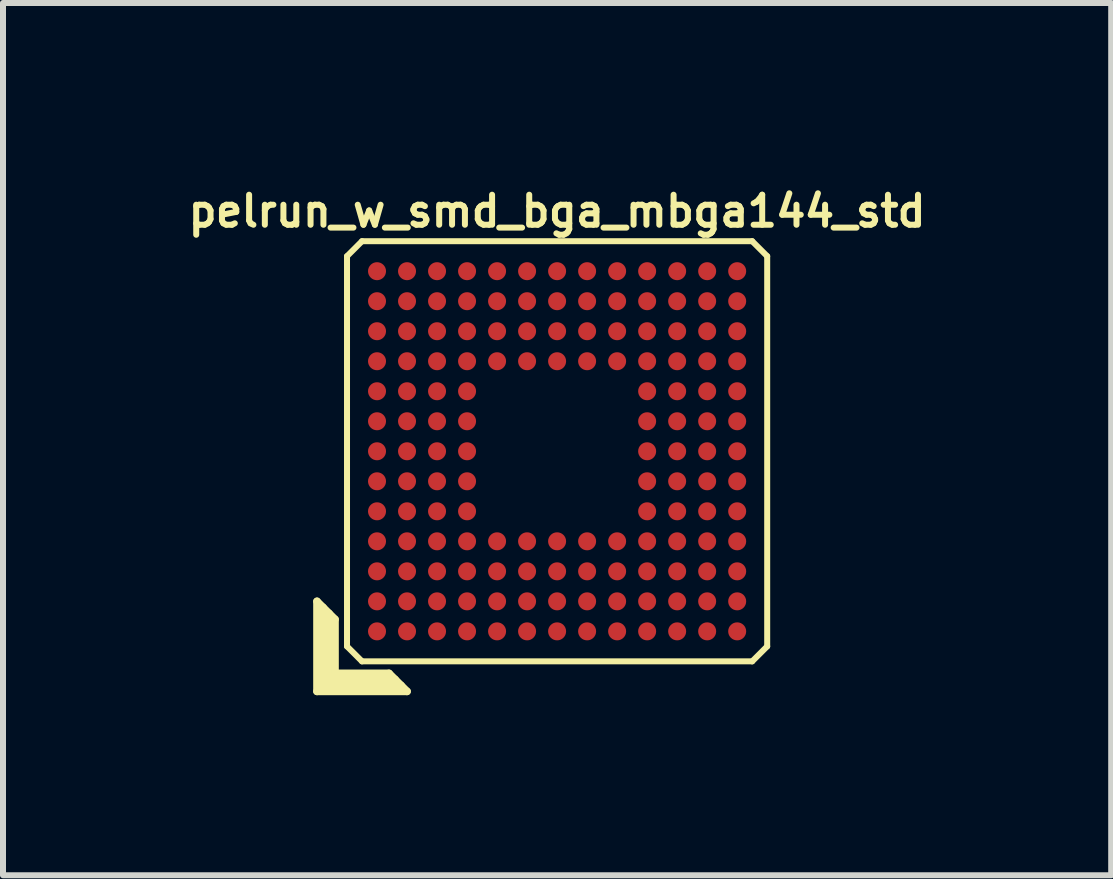
<source format=kicad_pcb>
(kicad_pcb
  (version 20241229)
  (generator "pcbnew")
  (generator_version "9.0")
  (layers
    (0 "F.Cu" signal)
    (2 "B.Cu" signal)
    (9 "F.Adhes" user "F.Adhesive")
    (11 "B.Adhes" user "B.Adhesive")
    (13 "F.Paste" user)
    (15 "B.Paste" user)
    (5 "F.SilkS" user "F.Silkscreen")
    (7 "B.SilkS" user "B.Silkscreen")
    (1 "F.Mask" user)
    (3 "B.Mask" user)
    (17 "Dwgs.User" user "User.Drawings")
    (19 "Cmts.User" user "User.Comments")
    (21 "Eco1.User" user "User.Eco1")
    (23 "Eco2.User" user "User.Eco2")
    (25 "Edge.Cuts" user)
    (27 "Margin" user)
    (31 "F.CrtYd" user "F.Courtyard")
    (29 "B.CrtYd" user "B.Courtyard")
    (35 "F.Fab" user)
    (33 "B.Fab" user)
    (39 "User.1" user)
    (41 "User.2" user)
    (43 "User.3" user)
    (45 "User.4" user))
  (footprint "pelrun_w_smd_bga_mbga144_std"
    (layer "F.Cu")
    (at 6.231 4.468)
    (property "Reference" "pelrun_w_smd_bga_mbga144_std" (at 0 -4 0) (layer "F.SilkS") (effects (font (size 0.5 0.5) (thickness 0.1))))
    (attr through_hole)
    (fp_line (start -4 2.5) (end -3.7 2.8) (stroke (width 0.127) (type solid)) (layer "F.SilkS"))
    (fp_line (start -4 4) (end -4 2.5) (stroke (width 0.127) (type solid)) (layer "F.SilkS"))
    (fp_line (start -3.9 2.6) (end -3.9 3.9) (stroke (width 0.127) (type solid)) (layer "F.SilkS"))
    (fp_line (start -3.9 3.9) (end -2.6 3.9) (stroke (width 0.127) (type solid)) (layer "F.SilkS"))
    (fp_line (start -3.8 3.8) (end -3.8 2.7) (stroke (width 0.127) (type solid)) (layer "F.SilkS"))
    (fp_line (start -3.7 2.8) (end -3.7 3.7) (stroke (width 0.127) (type solid)) (layer "F.SilkS"))
    (fp_line (start -3.7 3.7) (end -2.8 3.7) (stroke (width 0.127) (type solid)) (layer "F.SilkS"))
    (fp_line (start -3.5 -3.25) (end -3.5 3.25) (stroke (width 0.1) (type solid)) (layer "F.SilkS"))
    (fp_line (start -3.5 -3.25) (end -3.25 -3.5) (stroke (width 0.1) (type solid)) (layer "F.SilkS"))
    (fp_line (start -3.25 3.5) (end -3.5 3.25) (stroke (width 0.1) (type solid)) (layer "F.SilkS"))
    (fp_line (start -3.25 3.5) (end 3.25 3.5) (stroke (width 0.1) (type solid)) (layer "F.SilkS"))
    (fp_line (start -2.8 3.7) (end -2.5 4) (stroke (width 0.127) (type solid)) (layer "F.SilkS"))
    (fp_line (start -2.7 3.8) (end -3.8 3.8) (stroke (width 0.127) (type solid)) (layer "F.SilkS"))
    (fp_line (start -2.5 4) (end -4 4) (stroke (width 0.127) (type solid)) (layer "F.SilkS"))
    (fp_line (start 3.25 -3.5) (end -3.25 -3.5) (stroke (width 0.1) (type solid)) (layer "F.SilkS"))
    (fp_line (start 3.25 -3.5) (end 3.5 -3.25) (stroke (width 0.1) (type solid)) (layer "F.SilkS"))
    (fp_line (start 3.5 3.25) (end 3.25 3.5) (stroke (width 0.1) (type solid)) (layer "F.SilkS"))
    (fp_line (start 3.5 3.25) (end 3.5 -3.25) (stroke (width 0.1) (type solid)) (layer "F.SilkS"))
    (pad "A1" smd circle (at -3 3) (size 0.3 0.3) (layers "F.Cu" "F.Mask" "F.Paste"))
    (pad "A2" smd circle (at -3 2.5) (size 0.3 0.3) (layers "F.Cu" "F.Mask" "F.Paste"))
    (pad "A3" smd circle (at -3 2) (size 0.3 0.3) (layers "F.Cu" "F.Mask" "F.Paste"))
    (pad "A4" smd circle (at -3 1.5) (size 0.3 0.3) (layers "F.Cu" "F.Mask" "F.Paste"))
    (pad "A5" smd circle (at -3 1) (size 0.3 0.3) (layers "F.Cu" "F.Mask" "F.Paste"))
    (pad "A6" smd circle (at -3 0.5) (size 0.3 0.3) (layers "F.Cu" "F.Mask" "F.Paste"))
    (pad "A7" smd circle (at -3 0) (size 0.3 0.3) (layers "F.Cu" "F.Mask" "F.Paste"))
    (pad "A8" smd circle (at -3 -0.5) (size 0.3 0.3) (layers "F.Cu" "F.Mask" "F.Paste"))
    (pad "A9" smd circle (at -3 -1) (size 0.3 0.3) (layers "F.Cu" "F.Mask" "F.Paste"))
    (pad "A10" smd circle (at -3 -1.5) (size 0.3 0.3) (layers "F.Cu" "F.Mask" "F.Paste"))
    (pad "A11" smd circle (at -3 -2) (size 0.3 0.3) (layers "F.Cu" "F.Mask" "F.Paste"))
    (pad "A12" smd circle (at -3 -2.5) (size 0.3 0.3) (layers "F.Cu" "F.Mask" "F.Paste"))
    (pad "A13" smd circle (at -3 -3) (size 0.3 0.3) (layers "F.Cu" "F.Mask" "F.Paste"))
    (pad "B1" smd circle (at -2.5 3) (size 0.3 0.3) (layers "F.Cu" "F.Mask" "F.Paste"))
    (pad "B2" smd circle (at -2.5 2.5) (size 0.3 0.3) (layers "F.Cu" "F.Mask" "F.Paste"))
    (pad "B3" smd circle (at -2.5 2) (size 0.3 0.3) (layers "F.Cu" "F.Mask" "F.Paste"))
    (pad "B4" smd circle (at -2.5 1.5) (size 0.3 0.3) (layers "F.Cu" "F.Mask" "F.Paste"))
    (pad "B5" smd circle (at -2.5 1) (size 0.3 0.3) (layers "F.Cu" "F.Mask" "F.Paste"))
    (pad "B6" smd circle (at -2.5 0.5) (size 0.3 0.3) (layers "F.Cu" "F.Mask" "F.Paste"))
    (pad "B7" smd circle (at -2.5 0) (size 0.3 0.3) (layers "F.Cu" "F.Mask" "F.Paste"))
    (pad "B8" smd circle (at -2.5 -0.5) (size 0.3 0.3) (layers "F.Cu" "F.Mask" "F.Paste"))
    (pad "B9" smd circle (at -2.5 -1) (size 0.3 0.3) (layers "F.Cu" "F.Mask" "F.Paste"))
    (pad "B10" smd circle (at -2.5 -1.5) (size 0.3 0.3) (layers "F.Cu" "F.Mask" "F.Paste"))
    (pad "B11" smd circle (at -2.5 -2) (size 0.3 0.3) (layers "F.Cu" "F.Mask" "F.Paste"))
    (pad "B12" smd circle (at -2.5 -2.5) (size 0.3 0.3) (layers "F.Cu" "F.Mask" "F.Paste"))
    (pad "B13" smd circle (at -2.5 -3) (size 0.3 0.3) (layers "F.Cu" "F.Mask" "F.Paste"))
    (pad "C1" smd circle (at -2 3) (size 0.3 0.3) (layers "F.Cu" "F.Mask" "F.Paste"))
    (pad "C2" smd circle (at -2 2.5) (size 0.3 0.3) (layers "F.Cu" "F.Mask" "F.Paste"))
    (pad "C3" smd circle (at -2 2) (size 0.3 0.3) (layers "F.Cu" "F.Mask" "F.Paste"))
    (pad "C4" smd circle (at -2 1.5) (size 0.3 0.3) (layers "F.Cu" "F.Mask" "F.Paste"))
    (pad "C5" smd circle (at -2 1) (size 0.3 0.3) (layers "F.Cu" "F.Mask" "F.Paste"))
    (pad "C6" smd circle (at -2 0.5) (size 0.3 0.3) (layers "F.Cu" "F.Mask" "F.Paste"))
    (pad "C7" smd circle (at -2 0) (size 0.3 0.3) (layers "F.Cu" "F.Mask" "F.Paste"))
    (pad "C8" smd circle (at -2 -0.5) (size 0.3 0.3) (layers "F.Cu" "F.Mask" "F.Paste"))
    (pad "C9" smd circle (at -2 -1) (size 0.3 0.3) (layers "F.Cu" "F.Mask" "F.Paste"))
    (pad "C10" smd circle (at -2 -1.5) (size 0.3 0.3) (layers "F.Cu" "F.Mask" "F.Paste"))
    (pad "C11" smd circle (at -2 -2) (size 0.3 0.3) (layers "F.Cu" "F.Mask" "F.Paste"))
    (pad "C12" smd circle (at -2 -2.5) (size 0.3 0.3) (layers "F.Cu" "F.Mask" "F.Paste"))
    (pad "C13" smd circle (at -2 -3) (size 0.3 0.3) (layers "F.Cu" "F.Mask" "F.Paste"))
    (pad "D1" smd circle (at -1.5 3) (size 0.3 0.3) (layers "F.Cu" "F.Mask" "F.Paste"))
    (pad "D2" smd circle (at -1.5 2.5) (size 0.3 0.3) (layers "F.Cu" "F.Mask" "F.Paste"))
    (pad "D3" smd circle (at -1.5 2) (size 0.3 0.3) (layers "F.Cu" "F.Mask" "F.Paste"))
    (pad "D4" smd circle (at -1.5 1.5) (size 0.3 0.3) (layers "F.Cu" "F.Mask" "F.Paste"))
    (pad "D5" smd circle (at -1.5 1) (size 0.3 0.3) (layers "F.Cu" "F.Mask" "F.Paste"))
    (pad "D6" smd circle (at -1.5 0.5) (size 0.3 0.3) (layers "F.Cu" "F.Mask" "F.Paste"))
    (pad "D7" smd circle (at -1.5 0) (size 0.3 0.3) (layers "F.Cu" "F.Mask" "F.Paste"))
    (pad "D8" smd circle (at -1.5 -0.5) (size 0.3 0.3) (layers "F.Cu" "F.Mask" "F.Paste"))
    (pad "D9" smd circle (at -1.5 -1) (size 0.3 0.3) (layers "F.Cu" "F.Mask" "F.Paste"))
    (pad "D10" smd circle (at -1.5 -1.5) (size 0.3 0.3) (layers "F.Cu" "F.Mask" "F.Paste"))
    (pad "D11" smd circle (at -1.5 -2) (size 0.3 0.3) (layers "F.Cu" "F.Mask" "F.Paste"))
    (pad "D12" smd circle (at -1.5 -2.5) (size 0.3 0.3) (layers "F.Cu" "F.Mask" "F.Paste"))
    (pad "D13" smd circle (at -1.5 -3) (size 0.3 0.3) (layers "F.Cu" "F.Mask" "F.Paste"))
    (pad "E1" smd circle (at -1 3) (size 0.3 0.3) (layers "F.Cu" "F.Mask" "F.Paste"))
    (pad "E2" smd circle (at -1 2.5) (size 0.3 0.3) (layers "F.Cu" "F.Mask" "F.Paste"))
    (pad "E3" smd circle (at -1 2) (size 0.3 0.3) (layers "F.Cu" "F.Mask" "F.Paste"))
    (pad "E4" smd circle (at -1 1.5) (size 0.3 0.3) (layers "F.Cu" "F.Mask" "F.Paste"))
    (pad "E10" smd circle (at -1 -1.5) (size 0.3 0.3) (layers "F.Cu" "F.Mask" "F.Paste"))
    (pad "E11" smd circle (at -1 -2) (size 0.3 0.3) (layers "F.Cu" "F.Mask" "F.Paste"))
    (pad "E12" smd circle (at -1 -2.5) (size 0.3 0.3) (layers "F.Cu" "F.Mask" "F.Paste"))
    (pad "E13" smd circle (at -1 -3) (size 0.3 0.3) (layers "F.Cu" "F.Mask" "F.Paste"))
    (pad "F1" smd circle (at -0.5 3) (size 0.3 0.3) (layers "F.Cu" "F.Mask" "F.Paste"))
    (pad "F2" smd circle (at -0.5 2.5) (size 0.3 0.3) (layers "F.Cu" "F.Mask" "F.Paste"))
    (pad "F3" smd circle (at -0.5 2) (size 0.3 0.3) (layers "F.Cu" "F.Mask" "F.Paste"))
    (pad "F4" smd circle (at -0.5 1.5) (size 0.3 0.3) (layers "F.Cu" "F.Mask" "F.Paste"))
    (pad "F10" smd circle (at -0.5 -1.5) (size 0.3 0.3) (layers "F.Cu" "F.Mask" "F.Paste"))
    (pad "F11" smd circle (at -0.5 -2) (size 0.3 0.3) (layers "F.Cu" "F.Mask" "F.Paste"))
    (pad "F12" smd circle (at -0.5 -2.5) (size 0.3 0.3) (layers "F.Cu" "F.Mask" "F.Paste"))
    (pad "F13" smd circle (at -0.5 -3) (size 0.3 0.3) (layers "F.Cu" "F.Mask" "F.Paste"))
    (pad "G1" smd circle (at 0 3) (size 0.3 0.3) (layers "F.Cu" "F.Mask" "F.Paste"))
    (pad "G2" smd circle (at 0 2.5) (size 0.3 0.3) (layers "F.Cu" "F.Mask" "F.Paste"))
    (pad "G3" smd circle (at 0 2) (size 0.3 0.3) (layers "F.Cu" "F.Mask" "F.Paste"))
    (pad "G4" smd circle (at 0 1.5) (size 0.3 0.3) (layers "F.Cu" "F.Mask" "F.Paste"))
    (pad "G10" smd circle (at 0 -1.5) (size 0.3 0.3) (layers "F.Cu" "F.Mask" "F.Paste"))
    (pad "G11" smd circle (at 0 -2) (size 0.3 0.3) (layers "F.Cu" "F.Mask" "F.Paste"))
    (pad "G12" smd circle (at 0 -2.5) (size 0.3 0.3) (layers "F.Cu" "F.Mask" "F.Paste"))
    (pad "G13" smd circle (at 0 -3) (size 0.3 0.3) (layers "F.Cu" "F.Mask" "F.Paste"))
    (pad "H1" smd circle (at 0.5 3) (size 0.3 0.3) (layers "F.Cu" "F.Mask" "F.Paste"))
    (pad "H2" smd circle (at 0.5 2.5) (size 0.3 0.3) (layers "F.Cu" "F.Mask" "F.Paste"))
    (pad "H3" smd circle (at 0.5 2) (size 0.3 0.3) (layers "F.Cu" "F.Mask" "F.Paste"))
    (pad "H4" smd circle (at 0.5 1.5) (size 0.3 0.3) (layers "F.Cu" "F.Mask" "F.Paste"))
    (pad "H10" smd circle (at 0.5 -1.5) (size 0.3 0.3) (layers "F.Cu" "F.Mask" "F.Paste"))
    (pad "H11" smd circle (at 0.5 -2) (size 0.3 0.3) (layers "F.Cu" "F.Mask" "F.Paste"))
    (pad "H12" smd circle (at 0.5 -2.5) (size 0.3 0.3) (layers "F.Cu" "F.Mask" "F.Paste"))
    (pad "H13" smd circle (at 0.5 -3) (size 0.3 0.3) (layers "F.Cu" "F.Mask" "F.Paste"))
    (pad "J1" smd circle (at 1 3) (size 0.3 0.3) (layers "F.Cu" "F.Mask" "F.Paste"))
    (pad "J2" smd circle (at 1 2.5) (size 0.3 0.3) (layers "F.Cu" "F.Mask" "F.Paste"))
    (pad "J3" smd circle (at 1 2) (size 0.3 0.3) (layers "F.Cu" "F.Mask" "F.Paste"))
    (pad "J4" smd circle (at 1 1.5) (size 0.3 0.3) (layers "F.Cu" "F.Mask" "F.Paste"))
    (pad "J10" smd circle (at 1 -1.5) (size 0.3 0.3) (layers "F.Cu" "F.Mask" "F.Paste"))
    (pad "J11" smd circle (at 1 -2) (size 0.3 0.3) (layers "F.Cu" "F.Mask" "F.Paste"))
    (pad "J12" smd circle (at 1 -2.5) (size 0.3 0.3) (layers "F.Cu" "F.Mask" "F.Paste"))
    (pad "J13" smd circle (at 1 -3) (size 0.3 0.3) (layers "F.Cu" "F.Mask" "F.Paste"))
    (pad "K1" smd circle (at 1.5 3) (size 0.3 0.3) (layers "F.Cu" "F.Mask" "F.Paste"))
    (pad "K2" smd circle (at 1.5 2.5) (size 0.3 0.3) (layers "F.Cu" "F.Mask" "F.Paste"))
    (pad "K3" smd circle (at 1.5 2) (size 0.3 0.3) (layers "F.Cu" "F.Mask" "F.Paste"))
    (pad "K4" smd circle (at 1.5 1.5) (size 0.3 0.3) (layers "F.Cu" "F.Mask" "F.Paste"))
    (pad "K5" smd circle (at 1.5 1) (size 0.3 0.3) (layers "F.Cu" "F.Mask" "F.Paste"))
    (pad "K6" smd circle (at 1.5 0.5) (size 0.3 0.3) (layers "F.Cu" "F.Mask" "F.Paste"))
    (pad "K7" smd circle (at 1.5 0) (size 0.3 0.3) (layers "F.Cu" "F.Mask" "F.Paste"))
    (pad "K8" smd circle (at 1.5 -0.5) (size 0.3 0.3) (layers "F.Cu" "F.Mask" "F.Paste"))
    (pad "K9" smd circle (at 1.5 -1) (size 0.3 0.3) (layers "F.Cu" "F.Mask" "F.Paste"))
    (pad "K10" smd circle (at 1.5 -1.5) (size 0.3 0.3) (layers "F.Cu" "F.Mask" "F.Paste"))
    (pad "K11" smd circle (at 1.5 -2) (size 0.3 0.3) (layers "F.Cu" "F.Mask" "F.Paste"))
    (pad "K12" smd circle (at 1.5 -2.5) (size 0.3 0.3) (layers "F.Cu" "F.Mask" "F.Paste"))
    (pad "K13" smd circle (at 1.5 -3) (size 0.3 0.3) (layers "F.Cu" "F.Mask" "F.Paste"))
    (pad "L1" smd circle (at 2 3) (size 0.3 0.3) (layers "F.Cu" "F.Mask" "F.Paste"))
    (pad "L2" smd circle (at 2 2.5) (size 0.3 0.3) (layers "F.Cu" "F.Mask" "F.Paste"))
    (pad "L3" smd circle (at 2 2) (size 0.3 0.3) (layers "F.Cu" "F.Mask" "F.Paste"))
    (pad "L4" smd circle (at 2 1.5) (size 0.3 0.3) (layers "F.Cu" "F.Mask" "F.Paste"))
    (pad "L5" smd circle (at 2 1) (size 0.3 0.3) (layers "F.Cu" "F.Mask" "F.Paste"))
    (pad "L6" smd circle (at 2 0.5) (size 0.3 0.3) (layers "F.Cu" "F.Mask" "F.Paste"))
    (pad "L7" smd circle (at 2 0) (size 0.3 0.3) (layers "F.Cu" "F.Mask" "F.Paste"))
    (pad "L8" smd circle (at 2 -0.5) (size 0.3 0.3) (layers "F.Cu" "F.Mask" "F.Paste"))
    (pad "L9" smd circle (at 2 -1) (size 0.3 0.3) (layers "F.Cu" "F.Mask" "F.Paste"))
    (pad "L10" smd circle (at 2 -1.5) (size 0.3 0.3) (layers "F.Cu" "F.Mask" "F.Paste"))
    (pad "L11" smd circle (at 2 -2) (size 0.3 0.3) (layers "F.Cu" "F.Mask" "F.Paste"))
    (pad "L12" smd circle (at 2 -2.5) (size 0.3 0.3) (layers "F.Cu" "F.Mask" "F.Paste"))
    (pad "L13" smd circle (at 2 -3) (size 0.3 0.3) (layers "F.Cu" "F.Mask" "F.Paste"))
    (pad "M1" smd circle (at 2.5 3) (size 0.3 0.3) (layers "F.Cu" "F.Mask" "F.Paste"))
    (pad "M2" smd circle (at 2.5 2.5) (size 0.3 0.3) (layers "F.Cu" "F.Mask" "F.Paste"))
    (pad "M3" smd circle (at 2.5 2) (size 0.3 0.3) (layers "F.Cu" "F.Mask" "F.Paste"))
    (pad "M4" smd circle (at 2.5 1.5) (size 0.3 0.3) (layers "F.Cu" "F.Mask" "F.Paste"))
    (pad "M5" smd circle (at 2.5 1) (size 0.3 0.3) (layers "F.Cu" "F.Mask" "F.Paste"))
    (pad "M6" smd circle (at 2.5 0.5) (size 0.3 0.3) (layers "F.Cu" "F.Mask" "F.Paste"))
    (pad "M7" smd circle (at 2.5 0) (size 0.3 0.3) (layers "F.Cu" "F.Mask" "F.Paste"))
    (pad "M8" smd circle (at 2.5 -0.5) (size 0.3 0.3) (layers "F.Cu" "F.Mask" "F.Paste"))
    (pad "M9" smd circle (at 2.5 -1) (size 0.3 0.3) (layers "F.Cu" "F.Mask" "F.Paste"))
    (pad "M10" smd circle (at 2.5 -1.5) (size 0.3 0.3) (layers "F.Cu" "F.Mask" "F.Paste"))
    (pad "M11" smd circle (at 2.5 -2) (size 0.3 0.3) (layers "F.Cu" "F.Mask" "F.Paste"))
    (pad "M12" smd circle (at 2.5 -2.5) (size 0.3 0.3) (layers "F.Cu" "F.Mask" "F.Paste"))
    (pad "M13" smd circle (at 2.5 -3) (size 0.3 0.3) (layers "F.Cu" "F.Mask" "F.Paste"))
    (pad "N1" smd circle (at 3 3) (size 0.3 0.3) (layers "F.Cu" "F.Mask" "F.Paste"))
    (pad "N2" smd circle (at 3 2.5) (size 0.3 0.3) (layers "F.Cu" "F.Mask" "F.Paste"))
    (pad "N3" smd circle (at 3 2) (size 0.3 0.3) (layers "F.Cu" "F.Mask" "F.Paste"))
    (pad "N4" smd circle (at 3 1.5) (size 0.3 0.3) (layers "F.Cu" "F.Mask" "F.Paste"))
    (pad "N5" smd circle (at 3 1) (size 0.3 0.3) (layers "F.Cu" "F.Mask" "F.Paste"))
    (pad "N6" smd circle (at 3 0.5) (size 0.3 0.3) (layers "F.Cu" "F.Mask" "F.Paste"))
    (pad "N7" smd circle (at 3 0) (size 0.3 0.3) (layers "F.Cu" "F.Mask" "F.Paste"))
    (pad "N8" smd circle (at 3 -0.5) (size 0.3 0.3) (layers "F.Cu" "F.Mask" "F.Paste"))
    (pad "N9" smd circle (at 3 -1) (size 0.3 0.3) (layers "F.Cu" "F.Mask" "F.Paste"))
    (pad "N10" smd circle (at 3 -1.5) (size 0.3 0.3) (layers "F.Cu" "F.Mask" "F.Paste"))
    (pad "N11" smd circle (at 3 -2) (size 0.3 0.3) (layers "F.Cu" "F.Mask" "F.Paste"))
    (pad "N12" smd circle (at 3 -2.5) (size 0.3 0.3) (layers "F.Cu" "F.Mask" "F.Paste"))
    (pad "N13" smd circle (at 3 -3) (size 0.3 0.3) (layers "F.Cu" "F.Mask" "F.Paste")))
  (gr_rect
    (start -3 -3)
    (end 15.462 11.531)
    (stroke (width 0.1) (type default))
    (fill no)
    (layer "Edge.Cuts")))
</source>
